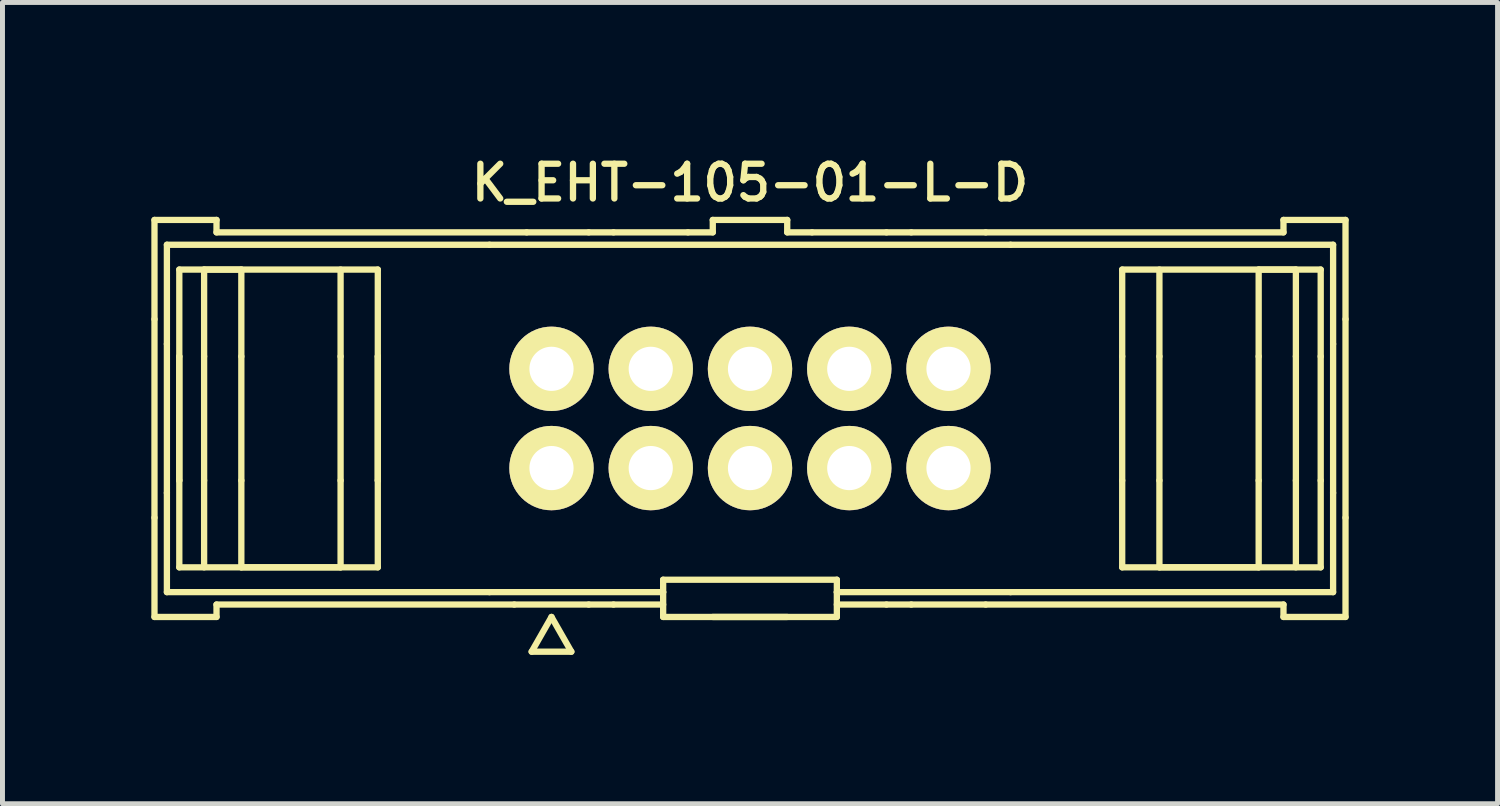
<source format=kicad_pcb>
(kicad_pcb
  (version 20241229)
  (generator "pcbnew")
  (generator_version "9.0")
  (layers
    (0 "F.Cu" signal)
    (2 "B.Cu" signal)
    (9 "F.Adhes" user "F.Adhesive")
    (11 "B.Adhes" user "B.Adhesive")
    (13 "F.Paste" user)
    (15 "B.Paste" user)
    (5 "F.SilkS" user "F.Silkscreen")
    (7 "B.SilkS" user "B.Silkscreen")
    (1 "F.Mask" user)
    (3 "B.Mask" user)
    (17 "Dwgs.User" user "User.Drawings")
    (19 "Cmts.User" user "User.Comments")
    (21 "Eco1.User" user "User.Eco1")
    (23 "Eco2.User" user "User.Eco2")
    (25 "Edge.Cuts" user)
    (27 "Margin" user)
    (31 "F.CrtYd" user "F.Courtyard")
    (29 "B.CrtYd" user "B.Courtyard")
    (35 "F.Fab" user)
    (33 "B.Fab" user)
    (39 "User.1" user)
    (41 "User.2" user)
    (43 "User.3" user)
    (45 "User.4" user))
  (footprint "K_EHT-105-01-L-D"
    (layer "F.Cu")
    (at 12.063 5.382)
    (property "Reference" "K_EHT-105-01-L-D" (at 0 -4.75 0) (layer "F.SilkS") (effects (font (size 0.7 0.7) (thickness 0.127))))
    (attr through_hole)
    (fp_line (start -12 -4) (end -10.75 -4) (stroke (width 0.127) (type solid)) (layer "F.SilkS"))
    (fp_line (start -12 -2) (end -12 -4) (stroke (width 0.127) (type solid)) (layer "F.SilkS"))
    (fp_line (start -12 2) (end -12 -2) (stroke (width 0.127) (type solid)) (layer "F.SilkS"))
    (fp_line (start -12 2) (end -12 4) (stroke (width 0.127) (type solid)) (layer "F.SilkS"))
    (fp_line (start -11.75 -3.5) (end -11.75 -1.5) (stroke (width 0.127) (type solid)) (layer "F.SilkS"))
    (fp_line (start -11.75 -1.5) (end -11.75 1.5) (stroke (width 0.127) (type solid)) (layer "F.SilkS"))
    (fp_line (start -11.75 3.5) (end -11.75 1.5) (stroke (width 0.127) (type solid)) (layer "F.SilkS"))
    (fp_line (start -11.75 3.5) (end -5.25 3.5) (stroke (width 0.127) (type solid)) (layer "F.SilkS"))
    (fp_line (start -11.5 -3) (end -11.5 -1.25) (stroke (width 0.127) (type solid)) (layer "F.SilkS"))
    (fp_line (start -11.5 -1.25) (end -11.5 1.25) (stroke (width 0.127) (type solid)) (layer "F.SilkS"))
    (fp_line (start -11.5 -1.25) (end -11.5 1.25) (stroke (width 0.127) (type solid)) (layer "F.SilkS"))
    (fp_line (start -11.5 1.25) (end -11.5 3) (stroke (width 0.127) (type solid)) (layer "F.SilkS"))
    (fp_line (start -11.5 3) (end -7.5 3) (stroke (width 0.127) (type solid)) (layer "F.SilkS"))
    (fp_line (start -11 -3) (end -10.25 -3) (stroke (width 0.127) (type solid)) (layer "F.SilkS"))
    (fp_line (start -11 -1.25) (end -11 -3) (stroke (width 0.127) (type solid)) (layer "F.SilkS"))
    (fp_line (start -11 -1.25) (end -11 1.25) (stroke (width 0.127) (type solid)) (layer "F.SilkS"))
    (fp_line (start -11 1.25) (end -11 3) (stroke (width 0.127) (type solid)) (layer "F.SilkS"))
    (fp_line (start -10.75 -4) (end -10.75 -3.75) (stroke (width 0.127) (type solid)) (layer "F.SilkS"))
    (fp_line (start -10.75 -3.75) (end -4.5 -3.75) (stroke (width 0.127) (type solid)) (layer "F.SilkS"))
    (fp_line (start -10.75 3.75) (end -10.75 4) (stroke (width 0.127) (type solid)) (layer "F.SilkS"))
    (fp_line (start -10.75 4) (end -12 4) (stroke (width 0.127) (type solid)) (layer "F.SilkS"))
    (fp_line (start -10.25 -3) (end -10.25 -1.25) (stroke (width 0.127) (type solid)) (layer "F.SilkS"))
    (fp_line (start -10.25 -1.25) (end -10.25 1.25) (stroke (width 0.127) (type solid)) (layer "F.SilkS"))
    (fp_line (start -10.25 3) (end -10.25 1.25) (stroke (width 0.127) (type solid)) (layer "F.SilkS"))
    (fp_line (start -8.25 -1.25) (end -8.25 -3) (stroke (width 0.127) (type solid)) (layer "F.SilkS"))
    (fp_line (start -8.25 -1.25) (end -8.25 1.25) (stroke (width 0.127) (type solid)) (layer "F.SilkS"))
    (fp_line (start -8.25 1.25) (end -8.25 3) (stroke (width 0.127) (type solid)) (layer "F.SilkS"))
    (fp_line (start -8.25 3) (end -10.25 3) (stroke (width 0.127) (type solid)) (layer "F.SilkS"))
    (fp_line (start -7.5 -3) (end -11.5 -3) (stroke (width 0.127) (type solid)) (layer "F.SilkS"))
    (fp_line (start -7.5 -1.25) (end -7.5 -3) (stroke (width 0.127) (type solid)) (layer "F.SilkS"))
    (fp_line (start -7.5 1.25) (end -7.5 -1.25) (stroke (width 0.127) (type solid)) (layer "F.SilkS"))
    (fp_line (start -7.5 1.25) (end -7.5 -1.25) (stroke (width 0.127) (type solid)) (layer "F.SilkS"))
    (fp_line (start -7.5 3) (end -7.5 1.25) (stroke (width 0.127) (type solid)) (layer "F.SilkS"))
    (fp_line (start -5.25 -3.5) (end -11.75 -3.5) (stroke (width 0.127) (type solid)) (layer "F.SilkS"))
    (fp_line (start -5.25 -3.5) (end 5.25 -3.5) (stroke (width 0.127) (type solid)) (layer "F.SilkS"))
    (fp_line (start -4.75 3.75) (end -10.75 3.75) (stroke (width 0.127) (type solid)) (layer "F.SilkS"))
    (fp_line (start -4.5 -3.75) (end -3.25 -3.75) (stroke (width 0.127) (type solid)) (layer "F.SilkS"))
    (fp_line (start -4.4 4.7) (end -3.6 4.7) (stroke (width 0.127) (type solid)) (layer "F.SilkS"))
    (fp_line (start -4 4) (end -4.4 4.7) (stroke (width 0.127) (type solid)) (layer "F.SilkS"))
    (fp_line (start -3.6 4.7) (end -4 4) (stroke (width 0.127) (type solid)) (layer "F.SilkS"))
    (fp_line (start -3.25 -3.75) (end -2.75 -3.75) (stroke (width 0.127) (type solid)) (layer "F.SilkS"))
    (fp_line (start -3.25 3.75) (end -4.75 3.75) (stroke (width 0.127) (type solid)) (layer "F.SilkS"))
    (fp_line (start -2.75 -3.75) (end -1.25 -3.75) (stroke (width 0.127) (type solid)) (layer "F.SilkS"))
    (fp_line (start -2.75 3.75) (end -3.25 3.75) (stroke (width 0.127) (type solid)) (layer "F.SilkS"))
    (fp_line (start -2.75 3.75) (end -1.75 3.75) (stroke (width 0.127) (type solid)) (layer "F.SilkS"))
    (fp_line (start -1.75 3.25) (end -1.75 3.5) (stroke (width 0.127) (type solid)) (layer "F.SilkS"))
    (fp_line (start -1.75 3.5) (end -5.25 3.5) (stroke (width 0.127) (type solid)) (layer "F.SilkS"))
    (fp_line (start -1.75 4) (end -1.75 3.5) (stroke (width 0.127) (type solid)) (layer "F.SilkS"))
    (fp_line (start -1.25 -3.75) (end -0.75 -3.75) (stroke (width 0.127) (type solid)) (layer "F.SilkS"))
    (fp_line (start -0.75 -4) (end 0.75 -4) (stroke (width 0.127) (type solid)) (layer "F.SilkS"))
    (fp_line (start -0.75 -3.75) (end -0.75 -4) (stroke (width 0.127) (type solid)) (layer "F.SilkS"))
    (fp_line (start -0.75 4) (end 0.75 4) (stroke (width 0.127) (type solid)) (layer "F.SilkS"))
    (fp_line (start 0.75 -4) (end 0.75 -3.75) (stroke (width 0.127) (type solid)) (layer "F.SilkS"))
    (fp_line (start 0.75 -3.75) (end 1.25 -3.75) (stroke (width 0.127) (type solid)) (layer "F.SilkS"))
    (fp_line (start 1.75 3.25) (end -1.75 3.25) (stroke (width 0.127) (type solid)) (layer "F.SilkS"))
    (fp_line (start 1.75 3.5) (end 1.75 3.25) (stroke (width 0.127) (type solid)) (layer "F.SilkS"))
    (fp_line (start 1.75 3.5) (end 1.75 4) (stroke (width 0.127) (type solid)) (layer "F.SilkS"))
    (fp_line (start 1.75 3.75) (end 2.75 3.75) (stroke (width 0.127) (type solid)) (layer "F.SilkS"))
    (fp_line (start 1.75 4) (end -1.75 4) (stroke (width 0.127) (type solid)) (layer "F.SilkS"))
    (fp_line (start 2.75 -3.75) (end 1.25 -3.75) (stroke (width 0.127) (type solid)) (layer "F.SilkS"))
    (fp_line (start 2.75 -3.75) (end 3.25 -3.75) (stroke (width 0.127) (type solid)) (layer "F.SilkS"))
    (fp_line (start 3.25 3.75) (end 2.75 3.75) (stroke (width 0.127) (type solid)) (layer "F.SilkS"))
    (fp_line (start 4.75 -3.75) (end 3.25 -3.75) (stroke (width 0.127) (type solid)) (layer "F.SilkS"))
    (fp_line (start 4.75 -3.75) (end 10.75 -3.75) (stroke (width 0.127) (type solid)) (layer "F.SilkS"))
    (fp_line (start 4.75 3.75) (end 3.25 3.75) (stroke (width 0.127) (type solid)) (layer "F.SilkS"))
    (fp_line (start 5.25 -3.5) (end 11.75 -3.5) (stroke (width 0.127) (type solid)) (layer "F.SilkS"))
    (fp_line (start 5.25 3.5) (end 1.75 3.5) (stroke (width 0.127) (type solid)) (layer "F.SilkS"))
    (fp_line (start 7.5 -3) (end 11.5 -3) (stroke (width 0.127) (type solid)) (layer "F.SilkS"))
    (fp_line (start 7.5 -1.25) (end 7.5 -3) (stroke (width 0.127) (type solid)) (layer "F.SilkS"))
    (fp_line (start 7.5 1.25) (end 7.5 -1.25) (stroke (width 0.127) (type solid)) (layer "F.SilkS"))
    (fp_line (start 7.5 3) (end 7.5 1.25) (stroke (width 0.127) (type solid)) (layer "F.SilkS"))
    (fp_line (start 8.25 -1.25) (end 8.25 -3) (stroke (width 0.127) (type solid)) (layer "F.SilkS"))
    (fp_line (start 8.25 -1.25) (end 8.25 1.25) (stroke (width 0.127) (type solid)) (layer "F.SilkS"))
    (fp_line (start 8.25 1.25) (end 8.25 3) (stroke (width 0.127) (type solid)) (layer "F.SilkS"))
    (fp_line (start 8.25 3) (end 10.25 3) (stroke (width 0.127) (type solid)) (layer "F.SilkS"))
    (fp_line (start 10.25 -3) (end 10.25 -1.25) (stroke (width 0.127) (type solid)) (layer "F.SilkS"))
    (fp_line (start 10.25 -1.25) (end 10.25 1.25) (stroke (width 0.127) (type solid)) (layer "F.SilkS"))
    (fp_line (start 10.25 3) (end 10.25 1.25) (stroke (width 0.127) (type solid)) (layer "F.SilkS"))
    (fp_line (start 10.75 -4) (end 12 -4) (stroke (width 0.127) (type solid)) (layer "F.SilkS"))
    (fp_line (start 10.75 -3.75) (end 10.75 -4) (stroke (width 0.127) (type solid)) (layer "F.SilkS"))
    (fp_line (start 10.75 3.75) (end 4.75 3.75) (stroke (width 0.127) (type solid)) (layer "F.SilkS"))
    (fp_line (start 10.75 4) (end 10.75 3.75) (stroke (width 0.127) (type solid)) (layer "F.SilkS"))
    (fp_line (start 11 -3) (end 10.25 -3) (stroke (width 0.127) (type solid)) (layer "F.SilkS"))
    (fp_line (start 11 -1.25) (end 11 -3) (stroke (width 0.127) (type solid)) (layer "F.SilkS"))
    (fp_line (start 11 -1.25) (end 11 1.25) (stroke (width 0.127) (type solid)) (layer "F.SilkS"))
    (fp_line (start 11 1.25) (end 11 3) (stroke (width 0.127) (type solid)) (layer "F.SilkS"))
    (fp_line (start 11.5 -3) (end 11.5 -1.25) (stroke (width 0.127) (type solid)) (layer "F.SilkS"))
    (fp_line (start 11.5 -1.25) (end 11.5 1.25) (stroke (width 0.127) (type solid)) (layer "F.SilkS"))
    (fp_line (start 11.5 1.25) (end 11.5 3) (stroke (width 0.127) (type solid)) (layer "F.SilkS"))
    (fp_line (start 11.5 3) (end 7.5 3) (stroke (width 0.127) (type solid)) (layer "F.SilkS"))
    (fp_line (start 11.75 -3.5) (end 11.75 -1.5) (stroke (width 0.127) (type solid)) (layer "F.SilkS"))
    (fp_line (start 11.75 -1.5) (end 11.75 1.5) (stroke (width 0.127) (type solid)) (layer "F.SilkS"))
    (fp_line (start 11.75 1.5) (end 11.75 3.5) (stroke (width 0.127) (type solid)) (layer "F.SilkS"))
    (fp_line (start 11.75 3.5) (end 5.25 3.5) (stroke (width 0.127) (type solid)) (layer "F.SilkS"))
    (fp_line (start 12 -2) (end 12 -4) (stroke (width 0.127) (type solid)) (layer "F.SilkS"))
    (fp_line (start 12 -2) (end 12 2) (stroke (width 0.127) (type solid)) (layer "F.SilkS"))
    (fp_line (start 12 2) (end 12 4) (stroke (width 0.127) (type solid)) (layer "F.SilkS"))
    (fp_line (start 12 4) (end 10.75 4) (stroke (width 0.127) (type solid)) (layer "F.SilkS"))
    (pad "1" thru_hole circle (at -4 1) (size 1.7 1.7) (drill 0.89) (layers "*.Cu" "*.Mask" "F.SilkS"))
    (pad "2" thru_hole circle (at -4 -1) (size 1.7 1.7) (drill 0.89) (layers "*.Cu" "*.Mask" "F.SilkS"))
    (pad "3" thru_hole circle (at -2 1) (size 1.7 1.7) (drill 0.89) (layers "*.Cu" "*.Mask" "F.SilkS"))
    (pad "4" thru_hole circle (at -2 -1) (size 1.7 1.7) (drill 0.89) (layers "*.Cu" "*.Mask" "F.SilkS"))
    (pad "5" thru_hole circle (at 0 1) (size 1.7 1.7) (drill 0.89) (layers "*.Cu" "*.Mask" "F.SilkS"))
    (pad "6" thru_hole circle (at 0 -1) (size 1.7 1.7) (drill 0.89) (layers "*.Cu" "*.Mask" "F.SilkS"))
    (pad "7" thru_hole circle (at 2 1) (size 1.7 1.7) (drill 0.89) (layers "*.Cu" "*.Mask" "F.SilkS"))
    (pad "8" thru_hole circle (at 2 -1) (size 1.7 1.7) (drill 0.89) (layers "*.Cu" "*.Mask" "F.SilkS"))
    (pad "9" thru_hole circle (at 4 1) (size 1.7 1.7) (drill 0.89) (layers "*.Cu" "*.Mask" "F.SilkS"))
    (pad "10" thru_hole circle (at 4 -1) (size 1.7 1.7) (drill 0.89) (layers "*.Cu" "*.Mask" "F.SilkS")))
  (gr_rect
    (start -3 -3)
    (end 27.127 13.146)
    (stroke (width 0.1) (type default))
    (fill no)
    (layer "Edge.Cuts")))
</source>
